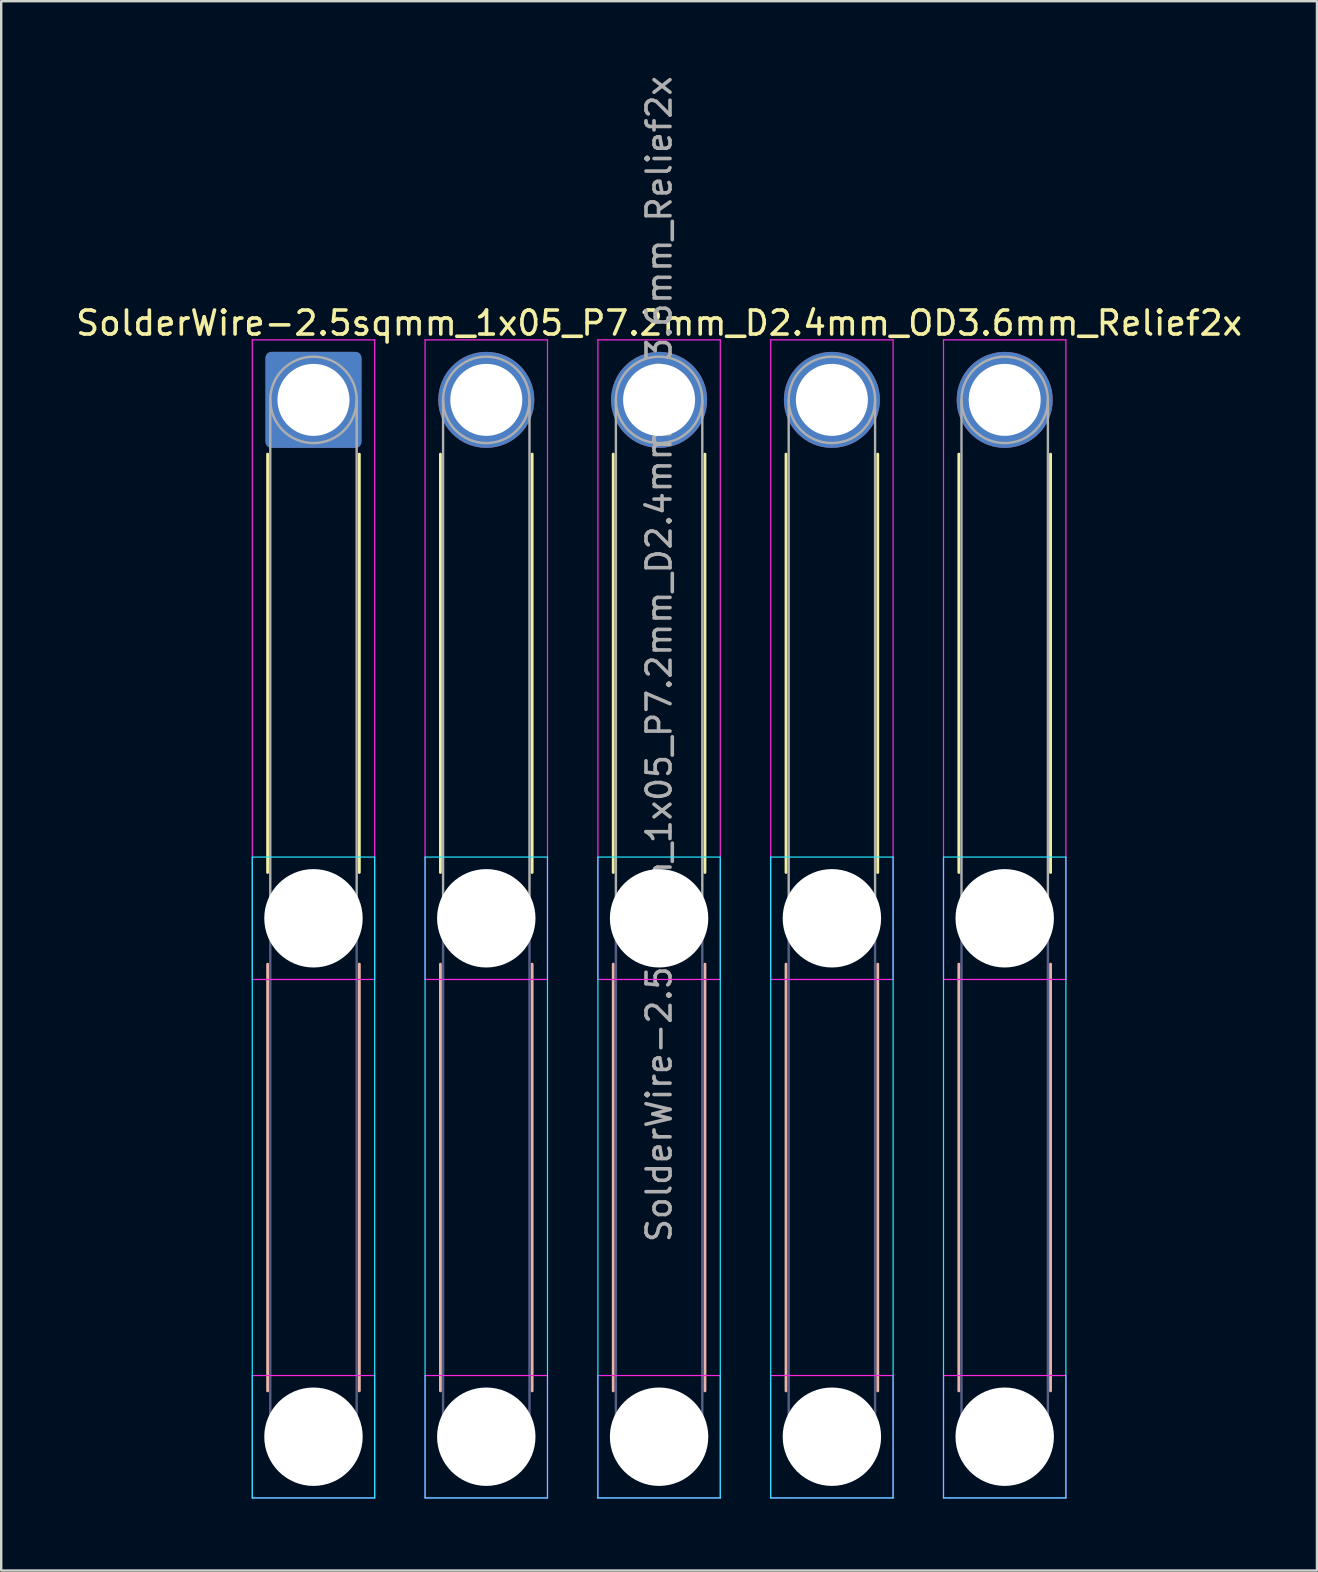
<source format=kicad_pcb>
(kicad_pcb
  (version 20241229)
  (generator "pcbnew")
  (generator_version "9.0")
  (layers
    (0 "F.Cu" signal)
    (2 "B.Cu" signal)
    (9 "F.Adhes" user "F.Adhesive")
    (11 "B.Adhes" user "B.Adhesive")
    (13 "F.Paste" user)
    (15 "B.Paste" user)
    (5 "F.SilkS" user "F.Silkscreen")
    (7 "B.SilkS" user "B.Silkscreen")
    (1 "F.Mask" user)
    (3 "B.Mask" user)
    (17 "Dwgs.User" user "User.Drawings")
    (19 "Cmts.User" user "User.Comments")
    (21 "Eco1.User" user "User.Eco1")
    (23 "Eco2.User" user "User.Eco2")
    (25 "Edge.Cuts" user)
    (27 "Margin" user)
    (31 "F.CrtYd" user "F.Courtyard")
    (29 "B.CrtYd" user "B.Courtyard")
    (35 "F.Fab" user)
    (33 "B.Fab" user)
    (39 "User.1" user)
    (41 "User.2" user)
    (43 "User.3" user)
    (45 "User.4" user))
  (footprint "SolderWire-2.5sqmm_1x05_P7.2mm_D2.4mm_OD3.6mm_Relief2x"
    (layer "F.Cu")
    (at 10.011 13.611)
    (property "Reference" "SolderWire-2.5sqmm_1x05_P7.2mm_D2.4mm_OD3.6mm_Relief2x" (at 14.4 -3.2 0) (layer "F.SilkS") (effects (font (size 1 1) (thickness 0.15))))
    (attr exclude_from_pos_files exclude_from_bom)
    (fp_line (start -1.91 2.26) (end -1.91 19.69) (stroke (width 0.12) (type solid)) (layer "F.SilkS"))
    (fp_line (start 1.91 2.26) (end 1.91 19.69) (stroke (width 0.12) (type solid)) (layer "F.SilkS"))
    (fp_line (start 5.29 2.26) (end 5.29 19.69) (stroke (width 0.12) (type solid)) (layer "F.SilkS"))
    (fp_line (start 9.11 2.26) (end 9.11 19.69) (stroke (width 0.12) (type solid)) (layer "F.SilkS"))
    (fp_line (start 12.49 2.26) (end 12.49 19.69) (stroke (width 0.12) (type solid)) (layer "F.SilkS"))
    (fp_line (start 16.31 2.26) (end 16.31 19.69) (stroke (width 0.12) (type solid)) (layer "F.SilkS"))
    (fp_line (start 19.69 2.26) (end 19.69 19.69) (stroke (width 0.12) (type solid)) (layer "F.SilkS"))
    (fp_line (start 23.51 2.26) (end 23.51 19.69) (stroke (width 0.12) (type solid)) (layer "F.SilkS"))
    (fp_line (start 26.89 2.26) (end 26.89 19.69) (stroke (width 0.12) (type solid)) (layer "F.SilkS"))
    (fp_line (start 30.71 2.26) (end 30.71 19.69) (stroke (width 0.12) (type solid)) (layer "F.SilkS"))
    (fp_line (start -1.91 23.51) (end -1.91 41.29) (stroke (width 0.12) (type solid)) (layer "B.SilkS"))
    (fp_line (start 1.91 23.51) (end 1.91 41.29) (stroke (width 0.12) (type solid)) (layer "B.SilkS"))
    (fp_line (start 5.29 23.51) (end 5.29 41.29) (stroke (width 0.12) (type solid)) (layer "B.SilkS"))
    (fp_line (start 9.11 23.51) (end 9.11 41.29) (stroke (width 0.12) (type solid)) (layer "B.SilkS"))
    (fp_line (start 12.49 23.51) (end 12.49 41.29) (stroke (width 0.12) (type solid)) (layer "B.SilkS"))
    (fp_line (start 16.31 23.51) (end 16.31 41.29) (stroke (width 0.12) (type solid)) (layer "B.SilkS"))
    (fp_line (start 19.69 23.51) (end 19.69 41.29) (stroke (width 0.12) (type solid)) (layer "B.SilkS"))
    (fp_line (start 23.51 23.51) (end 23.51 41.29) (stroke (width 0.12) (type solid)) (layer "B.SilkS"))
    (fp_line (start 26.89 23.51) (end 26.89 41.29) (stroke (width 0.12) (type solid)) (layer "B.SilkS"))
    (fp_line (start 30.71 23.51) (end 30.71 41.29) (stroke (width 0.12) (type solid)) (layer "B.SilkS"))
    (fp_line (start -2.55 19.05) (end -2.55 45.75) (stroke (width 0.05) (type solid)) (layer "B.CrtYd"))
    (fp_line (start -2.55 45.75) (end 2.55 45.75) (stroke (width 0.05) (type solid)) (layer "B.CrtYd"))
    (fp_line (start 2.55 19.05) (end -2.55 19.05) (stroke (width 0.05) (type solid)) (layer "B.CrtYd"))
    (fp_line (start 2.55 45.75) (end 2.55 19.05) (stroke (width 0.05) (type solid)) (layer "B.CrtYd"))
    (fp_line (start 4.65 19.05) (end 4.65 45.75) (stroke (width 0.05) (type solid)) (layer "B.CrtYd"))
    (fp_line (start 4.65 45.75) (end 9.75 45.75) (stroke (width 0.05) (type solid)) (layer "B.CrtYd"))
    (fp_line (start 9.75 19.05) (end 4.65 19.05) (stroke (width 0.05) (type solid)) (layer "B.CrtYd"))
    (fp_line (start 9.75 45.75) (end 9.75 19.05) (stroke (width 0.05) (type solid)) (layer "B.CrtYd"))
    (fp_line (start 11.85 19.05) (end 11.85 45.75) (stroke (width 0.05) (type solid)) (layer "B.CrtYd"))
    (fp_line (start 11.85 45.75) (end 16.95 45.75) (stroke (width 0.05) (type solid)) (layer "B.CrtYd"))
    (fp_line (start 16.95 19.05) (end 11.85 19.05) (stroke (width 0.05) (type solid)) (layer "B.CrtYd"))
    (fp_line (start 16.95 45.75) (end 16.95 19.05) (stroke (width 0.05) (type solid)) (layer "B.CrtYd"))
    (fp_line (start 19.05 19.05) (end 19.05 45.75) (stroke (width 0.05) (type solid)) (layer "B.CrtYd"))
    (fp_line (start 19.05 45.75) (end 24.15 45.75) (stroke (width 0.05) (type solid)) (layer "B.CrtYd"))
    (fp_line (start 24.15 19.05) (end 19.05 19.05) (stroke (width 0.05) (type solid)) (layer "B.CrtYd"))
    (fp_line (start 24.15 45.75) (end 24.15 19.05) (stroke (width 0.05) (type solid)) (layer "B.CrtYd"))
    (fp_line (start 26.25 19.05) (end 26.25 45.75) (stroke (width 0.05) (type solid)) (layer "B.CrtYd"))
    (fp_line (start 26.25 45.75) (end 31.35 45.75) (stroke (width 0.05) (type solid)) (layer "B.CrtYd"))
    (fp_line (start 31.35 19.05) (end 26.25 19.05) (stroke (width 0.05) (type solid)) (layer "B.CrtYd"))
    (fp_line (start 31.35 45.75) (end 31.35 19.05) (stroke (width 0.05) (type solid)) (layer "B.CrtYd"))
    (fp_line (start -2.55 -2.5) (end -2.55 24.15) (stroke (width 0.05) (type solid)) (layer "F.CrtYd"))
    (fp_line (start -2.55 24.15) (end 2.55 24.15) (stroke (width 0.05) (type solid)) (layer "F.CrtYd"))
    (fp_line (start -2.55 40.65) (end -2.55 45.75) (stroke (width 0.05) (type solid)) (layer "F.CrtYd"))
    (fp_line (start -2.55 45.75) (end 2.55 45.75) (stroke (width 0.05) (type solid)) (layer "F.CrtYd"))
    (fp_line (start 2.55 -2.5) (end -2.55 -2.5) (stroke (width 0.05) (type solid)) (layer "F.CrtYd"))
    (fp_line (start 2.55 24.15) (end 2.55 -2.5) (stroke (width 0.05) (type solid)) (layer "F.CrtYd"))
    (fp_line (start 2.55 40.65) (end -2.55 40.65) (stroke (width 0.05) (type solid)) (layer "F.CrtYd"))
    (fp_line (start 2.55 45.75) (end 2.55 40.65) (stroke (width 0.05) (type solid)) (layer "F.CrtYd"))
    (fp_line (start 4.65 -2.5) (end 4.65 24.15) (stroke (width 0.05) (type solid)) (layer "F.CrtYd"))
    (fp_line (start 4.65 24.15) (end 9.75 24.15) (stroke (width 0.05) (type solid)) (layer "F.CrtYd"))
    (fp_line (start 4.65 40.65) (end 4.65 45.75) (stroke (width 0.05) (type solid)) (layer "F.CrtYd"))
    (fp_line (start 4.65 45.75) (end 9.75 45.75) (stroke (width 0.05) (type solid)) (layer "F.CrtYd"))
    (fp_line (start 9.75 -2.5) (end 4.65 -2.5) (stroke (width 0.05) (type solid)) (layer "F.CrtYd"))
    (fp_line (start 9.75 24.15) (end 9.75 -2.5) (stroke (width 0.05) (type solid)) (layer "F.CrtYd"))
    (fp_line (start 9.75 40.65) (end 4.65 40.65) (stroke (width 0.05) (type solid)) (layer "F.CrtYd"))
    (fp_line (start 9.75 45.75) (end 9.75 40.65) (stroke (width 0.05) (type solid)) (layer "F.CrtYd"))
    (fp_line (start 11.85 -2.5) (end 11.85 24.15) (stroke (width 0.05) (type solid)) (layer "F.CrtYd"))
    (fp_line (start 11.85 24.15) (end 16.95 24.15) (stroke (width 0.05) (type solid)) (layer "F.CrtYd"))
    (fp_line (start 11.85 40.65) (end 11.85 45.75) (stroke (width 0.05) (type solid)) (layer "F.CrtYd"))
    (fp_line (start 11.85 45.75) (end 16.95 45.75) (stroke (width 0.05) (type solid)) (layer "F.CrtYd"))
    (fp_line (start 16.95 -2.5) (end 11.85 -2.5) (stroke (width 0.05) (type solid)) (layer "F.CrtYd"))
    (fp_line (start 16.95 24.15) (end 16.95 -2.5) (stroke (width 0.05) (type solid)) (layer "F.CrtYd"))
    (fp_line (start 16.95 40.65) (end 11.85 40.65) (stroke (width 0.05) (type solid)) (layer "F.CrtYd"))
    (fp_line (start 16.95 45.75) (end 16.95 40.65) (stroke (width 0.05) (type solid)) (layer "F.CrtYd"))
    (fp_line (start 19.05 -2.5) (end 19.05 24.15) (stroke (width 0.05) (type solid)) (layer "F.CrtYd"))
    (fp_line (start 19.05 24.15) (end 24.15 24.15) (stroke (width 0.05) (type solid)) (layer "F.CrtYd"))
    (fp_line (start 19.05 40.65) (end 19.05 45.75) (stroke (width 0.05) (type solid)) (layer "F.CrtYd"))
    (fp_line (start 19.05 45.75) (end 24.15 45.75) (stroke (width 0.05) (type solid)) (layer "F.CrtYd"))
    (fp_line (start 24.15 -2.5) (end 19.05 -2.5) (stroke (width 0.05) (type solid)) (layer "F.CrtYd"))
    (fp_line (start 24.15 24.15) (end 24.15 -2.5) (stroke (width 0.05) (type solid)) (layer "F.CrtYd"))
    (fp_line (start 24.15 40.65) (end 19.05 40.65) (stroke (width 0.05) (type solid)) (layer "F.CrtYd"))
    (fp_line (start 24.15 45.75) (end 24.15 40.65) (stroke (width 0.05) (type solid)) (layer "F.CrtYd"))
    (fp_line (start 26.25 -2.5) (end 26.25 24.15) (stroke (width 0.05) (type solid)) (layer "F.CrtYd"))
    (fp_line (start 26.25 24.15) (end 31.35 24.15) (stroke (width 0.05) (type solid)) (layer "F.CrtYd"))
    (fp_line (start 26.25 40.65) (end 26.25 45.75) (stroke (width 0.05) (type solid)) (layer "F.CrtYd"))
    (fp_line (start 26.25 45.75) (end 31.35 45.75) (stroke (width 0.05) (type solid)) (layer "F.CrtYd"))
    (fp_line (start 31.35 -2.5) (end 26.25 -2.5) (stroke (width 0.05) (type solid)) (layer "F.CrtYd"))
    (fp_line (start 31.35 24.15) (end 31.35 -2.5) (stroke (width 0.05) (type solid)) (layer "F.CrtYd"))
    (fp_line (start 31.35 40.65) (end 26.25 40.65) (stroke (width 0.05) (type solid)) (layer "F.CrtYd"))
    (fp_line (start 31.35 45.75) (end 31.35 40.65) (stroke (width 0.05) (type solid)) (layer "F.CrtYd"))
    (fp_line (start -1.8 21.6) (end -1.8 43.2) (stroke (width 0.1) (type solid)) (layer "B.Fab"))
    (fp_line (start 1.8 21.6) (end 1.8 43.2) (stroke (width 0.1) (type solid)) (layer "B.Fab"))
    (fp_line (start 5.4 21.6) (end 5.4 43.2) (stroke (width 0.1) (type solid)) (layer "B.Fab"))
    (fp_line (start 9 21.6) (end 9 43.2) (stroke (width 0.1) (type solid)) (layer "B.Fab"))
    (fp_line (start 12.6 21.6) (end 12.6 43.2) (stroke (width 0.1) (type solid)) (layer "B.Fab"))
    (fp_line (start 16.2 21.6) (end 16.2 43.2) (stroke (width 0.1) (type solid)) (layer "B.Fab"))
    (fp_line (start 19.8 21.6) (end 19.8 43.2) (stroke (width 0.1) (type solid)) (layer "B.Fab"))
    (fp_line (start 23.4 21.6) (end 23.4 43.2) (stroke (width 0.1) (type solid)) (layer "B.Fab"))
    (fp_line (start 27 21.6) (end 27 43.2) (stroke (width 0.1) (type solid)) (layer "B.Fab"))
    (fp_line (start 30.6 21.6) (end 30.6 43.2) (stroke (width 0.1) (type solid)) (layer "B.Fab"))
    (fp_circle (center 0 21.6) (end 1.8 21.6) (stroke (width 0.1) (type solid)) (fill no) (layer "B.Fab"))
    (fp_circle (center 0 43.2) (end 1.8 43.2) (stroke (width 0.1) (type solid)) (fill no) (layer "B.Fab"))
    (fp_circle (center 7.2 21.6) (end 9 21.6) (stroke (width 0.1) (type solid)) (fill no) (layer "B.Fab"))
    (fp_circle (center 7.2 43.2) (end 9 43.2) (stroke (width 0.1) (type solid)) (fill no) (layer "B.Fab"))
    (fp_circle (center 14.4 21.6) (end 16.2 21.6) (stroke (width 0.1) (type solid)) (fill no) (layer "B.Fab"))
    (fp_circle (center 14.4 43.2) (end 16.2 43.2) (stroke (width 0.1) (type solid)) (fill no) (layer "B.Fab"))
    (fp_circle (center 21.6 21.6) (end 23.4 21.6) (stroke (width 0.1) (type solid)) (fill no) (layer "B.Fab"))
    (fp_circle (center 21.6 43.2) (end 23.4 43.2) (stroke (width 0.1) (type solid)) (fill no) (layer "B.Fab"))
    (fp_circle (center 28.8 21.6) (end 30.6 21.6) (stroke (width 0.1) (type solid)) (fill no) (layer "B.Fab"))
    (fp_circle (center 28.8 43.2) (end 30.6 43.2) (stroke (width 0.1) (type solid)) (fill no) (layer "B.Fab"))
    (fp_line (start -1.8 0) (end -1.8 21.6) (stroke (width 0.1) (type solid)) (layer "F.Fab"))
    (fp_line (start 1.8 0) (end 1.8 21.6) (stroke (width 0.1) (type solid)) (layer "F.Fab"))
    (fp_line (start 5.4 0) (end 5.4 21.6) (stroke (width 0.1) (type solid)) (layer "F.Fab"))
    (fp_line (start 9 0) (end 9 21.6) (stroke (width 0.1) (type solid)) (layer "F.Fab"))
    (fp_line (start 12.6 0) (end 12.6 21.6) (stroke (width 0.1) (type solid)) (layer "F.Fab"))
    (fp_line (start 16.2 0) (end 16.2 21.6) (stroke (width 0.1) (type solid)) (layer "F.Fab"))
    (fp_line (start 19.8 0) (end 19.8 21.6) (stroke (width 0.1) (type solid)) (layer "F.Fab"))
    (fp_line (start 23.4 0) (end 23.4 21.6) (stroke (width 0.1) (type solid)) (layer "F.Fab"))
    (fp_line (start 27 0) (end 27 21.6) (stroke (width 0.1) (type solid)) (layer "F.Fab"))
    (fp_line (start 30.6 0) (end 30.6 21.6) (stroke (width 0.1) (type solid)) (layer "F.Fab"))
    (fp_circle (center 0 0) (end 1.8 0) (stroke (width 0.1) (type solid)) (fill no) (layer "F.Fab"))
    (fp_circle (center 0 21.6) (end 1.8 21.6) (stroke (width 0.1) (type solid)) (fill no) (layer "F.Fab"))
    (fp_circle (center 0 43.2) (end 1.8 43.2) (stroke (width 0.1) (type solid)) (fill no) (layer "F.Fab"))
    (fp_circle (center 7.2 0) (end 9 0) (stroke (width 0.1) (type solid)) (fill no) (layer "F.Fab"))
    (fp_circle (center 7.2 21.6) (end 9 21.6) (stroke (width 0.1) (type solid)) (fill no) (layer "F.Fab"))
    (fp_circle (center 7.2 43.2) (end 9 43.2) (stroke (width 0.1) (type solid)) (fill no) (layer "F.Fab"))
    (fp_circle (center 14.4 0) (end 16.2 0) (stroke (width 0.1) (type solid)) (fill no) (layer "F.Fab"))
    (fp_circle (center 14.4 21.6) (end 16.2 21.6) (stroke (width 0.1) (type solid)) (fill no) (layer "F.Fab"))
    (fp_circle (center 14.4 43.2) (end 16.2 43.2) (stroke (width 0.1) (type solid)) (fill no) (layer "F.Fab"))
    (fp_circle (center 21.6 0) (end 23.4 0) (stroke (width 0.1) (type solid)) (fill no) (layer "F.Fab"))
    (fp_circle (center 21.6 21.6) (end 23.4 21.6) (stroke (width 0.1) (type solid)) (fill no) (layer "F.Fab"))
    (fp_circle (center 21.6 43.2) (end 23.4 43.2) (stroke (width 0.1) (type solid)) (fill no) (layer "F.Fab"))
    (fp_circle (center 28.8 0) (end 30.6 0) (stroke (width 0.1) (type solid)) (fill no) (layer "F.Fab"))
    (fp_circle (center 28.8 21.6) (end 30.6 21.6) (stroke (width 0.1) (type solid)) (fill no) (layer "F.Fab"))
    (fp_circle (center 28.8 43.2) (end 30.6 43.2) (stroke (width 0.1) (type solid)) (fill no) (layer "F.Fab"))
    (fp_text user "${REFERENCE}" (at 14.4 10.8 90) (layer "F.Fab") (effects (font (size 1 1) (thickness 0.15))))
    (pad "" np_thru_hole circle (at 0 21.6) (size 4.1 4.1) (drill 4.1) (layers "*.Cu" "*.Mask"))
    (pad "" np_thru_hole circle (at 0 43.2) (size 4.1 4.1) (drill 4.1) (layers "*.Cu" "*.Mask"))
    (pad "" np_thru_hole circle (at 7.2 21.6) (size 4.1 4.1) (drill 4.1) (layers "*.Cu" "*.Mask"))
    (pad "" np_thru_hole circle (at 7.2 43.2) (size 4.1 4.1) (drill 4.1) (layers "*.Cu" "*.Mask"))
    (pad "" np_thru_hole circle (at 14.4 21.6) (size 4.1 4.1) (drill 4.1) (layers "*.Cu" "*.Mask"))
    (pad "" np_thru_hole circle (at 14.4 43.2) (size 4.1 4.1) (drill 4.1) (layers "*.Cu" "*.Mask"))
    (pad "" np_thru_hole circle (at 21.6 21.6) (size 4.1 4.1) (drill 4.1) (layers "*.Cu" "*.Mask"))
    (pad "" np_thru_hole circle (at 21.6 43.2) (size 4.1 4.1) (drill 4.1) (layers "*.Cu" "*.Mask"))
    (pad "" np_thru_hole circle (at 28.8 21.6) (size 4.1 4.1) (drill 4.1) (layers "*.Cu" "*.Mask"))
    (pad "" np_thru_hole circle (at 28.8 43.2) (size 4.1 4.1) (drill 4.1) (layers "*.Cu" "*.Mask"))
    (pad "1" thru_hole roundrect (at 0 0) (size 4 4) (drill 3) (layers "*.Cu" "*.Mask") (roundrect_rratio 0.062))
    (pad "2" thru_hole circle (at 7.2 0) (size 4 4) (drill 3) (layers "*.Cu" "*.Mask"))
    (pad "3" thru_hole circle (at 14.4 0) (size 4 4) (drill 3) (layers "*.Cu" "*.Mask"))
    (pad "4" thru_hole circle (at 21.6 0) (size 4 4) (drill 3) (layers "*.Cu" "*.Mask"))
    (pad "5" thru_hole circle (at 28.8 0) (size 4 4) (drill 3) (layers "*.Cu" "*.Mask")))
  (gr_rect
    (start -3 -3)
    (end 51.821 62.386)
    (stroke (width 0.1) (type default))
    (fill no)
    (layer "Edge.Cuts")))
</source>
